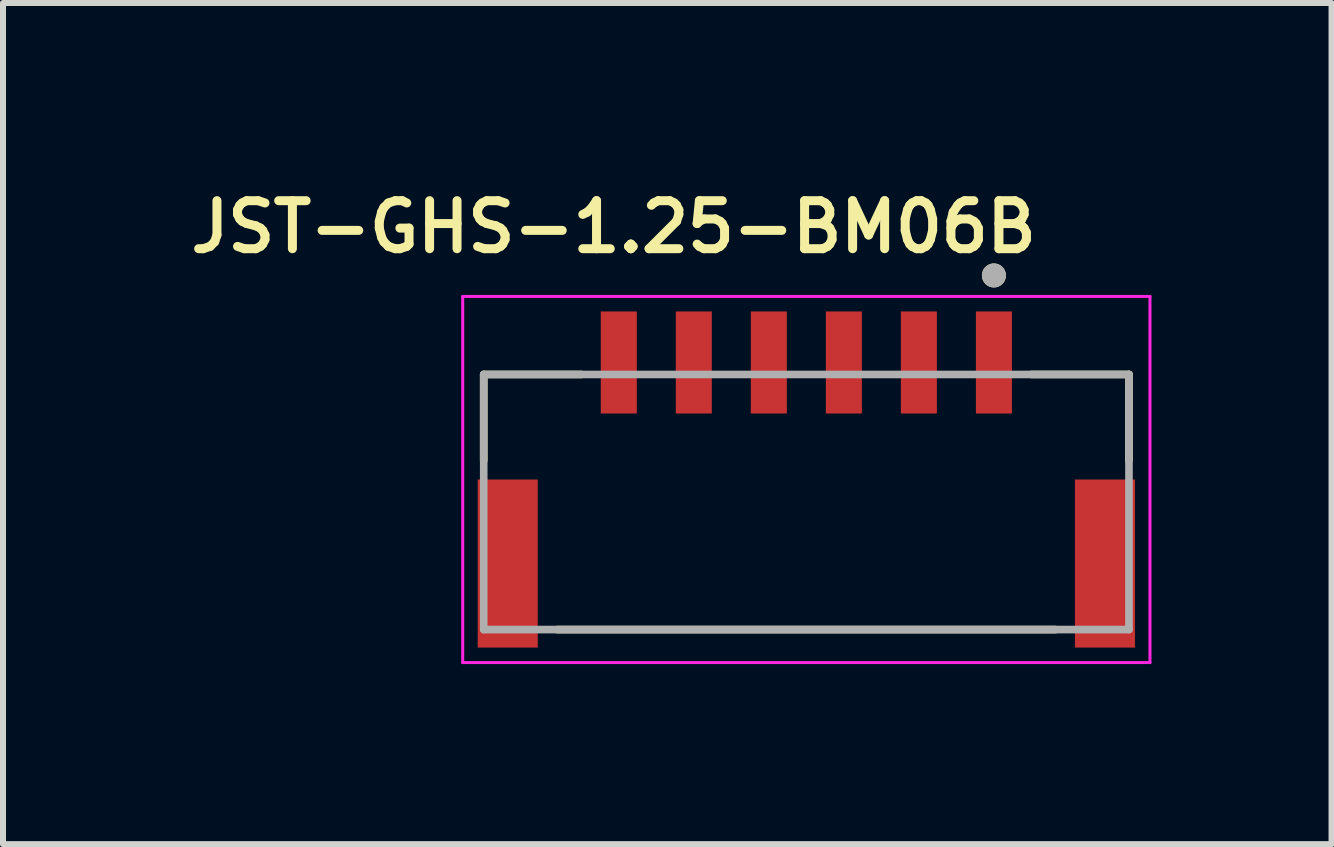
<source format=kicad_pcb>
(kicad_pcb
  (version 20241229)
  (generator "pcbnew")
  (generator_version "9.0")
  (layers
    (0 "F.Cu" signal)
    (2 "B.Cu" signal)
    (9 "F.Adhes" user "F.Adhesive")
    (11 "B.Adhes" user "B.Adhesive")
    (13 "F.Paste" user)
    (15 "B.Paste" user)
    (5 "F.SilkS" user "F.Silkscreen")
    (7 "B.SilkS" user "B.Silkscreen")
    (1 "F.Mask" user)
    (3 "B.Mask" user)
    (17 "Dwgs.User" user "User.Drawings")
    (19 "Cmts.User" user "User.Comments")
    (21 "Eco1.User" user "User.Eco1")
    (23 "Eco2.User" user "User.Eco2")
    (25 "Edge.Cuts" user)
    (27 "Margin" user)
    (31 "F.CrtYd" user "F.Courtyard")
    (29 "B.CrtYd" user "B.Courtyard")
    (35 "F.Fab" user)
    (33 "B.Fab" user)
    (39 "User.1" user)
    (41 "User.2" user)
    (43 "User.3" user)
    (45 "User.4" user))
  (footprint "JST-GHS-1.25-BM06B"
    (layer "F.Cu")
    (at 10.384 6.339)
    (property "Reference" "JST-GHS-1.25-BM06B" (at -3.21 -5.608 0) (layer "F.SilkS") (effects (font (size 0.8 0.8) (thickness 0.15))))
    (attr smd)
    (fp_line (start -5.375 -3.15) (end -3.75 -3.15) (stroke (width 0.127) (type solid)) (layer "F.SilkS"))
    (fp_line (start -5.375 -1.72) (end -5.375 -3.15) (stroke (width 0.127) (type solid)) (layer "F.SilkS"))
    (fp_line (start -4.15 1.1) (end 4.15 1.1) (stroke (width 0.127) (type solid)) (layer "F.SilkS"))
    (fp_line (start 3.75 -3.15) (end 5.375 -3.15) (stroke (width 0.127) (type solid)) (layer "F.SilkS"))
    (fp_line (start 5.375 -1.72) (end 5.375 -3.15) (stroke (width 0.127) (type solid)) (layer "F.SilkS"))
    (fp_circle (center 3.125 -4.8) (end 3.225 -4.8) (stroke (width 0.2) (type solid)) (fill no) (layer "F.SilkS"))
    (fp_line (start -5.725 -4.45) (end 5.725 -4.45) (stroke (width 0.05) (type solid)) (layer "F.CrtYd"))
    (fp_line (start -5.725 1.65) (end -5.725 -4.45) (stroke (width 0.05) (type solid)) (layer "F.CrtYd"))
    (fp_line (start 5.725 -4.45) (end 5.725 1.65) (stroke (width 0.05) (type solid)) (layer "F.CrtYd"))
    (fp_line (start 5.725 1.65) (end -5.725 1.65) (stroke (width 0.05) (type solid)) (layer "F.CrtYd"))
    (fp_line (start -5.375 -3.15) (end 5.375 -3.15) (stroke (width 0.127) (type solid)) (layer "F.Fab"))
    (fp_line (start -5.375 1.1) (end -5.375 -3.15) (stroke (width 0.127) (type solid)) (layer "F.Fab"))
    (fp_line (start 5.375 -3.15) (end 5.375 1.1) (stroke (width 0.127) (type solid)) (layer "F.Fab"))
    (fp_line (start 5.375 1.1) (end -5.375 1.1) (stroke (width 0.127) (type solid)) (layer "F.Fab"))
    (fp_circle (center 3.125 -4.8) (end 3.225 -4.8) (stroke (width 0.2) (type solid)) (fill no) (layer "F.Fab"))
    (pad "1" smd rect (at 3.125 -3.35 270) (size 1.7 0.6) (layers "F.Cu" "F.Mask" "F.Paste"))
    (pad "2" smd rect (at 1.875 -3.35 270) (size 1.7 0.6) (layers "F.Cu" "F.Mask" "F.Paste"))
    (pad "3" smd rect (at 0.625 -3.35 270) (size 1.7 0.6) (layers "F.Cu" "F.Mask" "F.Paste"))
    (pad "4" smd rect (at -0.625 -3.35 270) (size 1.7 0.6) (layers "F.Cu" "F.Mask" "F.Paste"))
    (pad "5" smd rect (at -1.875 -3.35 270) (size 1.7 0.6) (layers "F.Cu" "F.Mask" "F.Paste"))
    (pad "6" smd rect (at -3.125 -3.35 270) (size 1.7 0.6) (layers "F.Cu" "F.Mask" "F.Paste"))
    (pad "S1" smd rect (at -4.975 0 270) (size 2.8 1) (layers "F.Cu" "F.Mask" "F.Paste"))
    (pad "S2" smd rect (at 4.975 0 270) (size 2.8 1) (layers "F.Cu" "F.Mask" "F.Paste")))
  (gr_rect
    (start -3 -3)
    (end 19.134 11.014)
    (stroke (width 0.1) (type default))
    (fill no)
    (layer "Edge.Cuts")))
</source>
